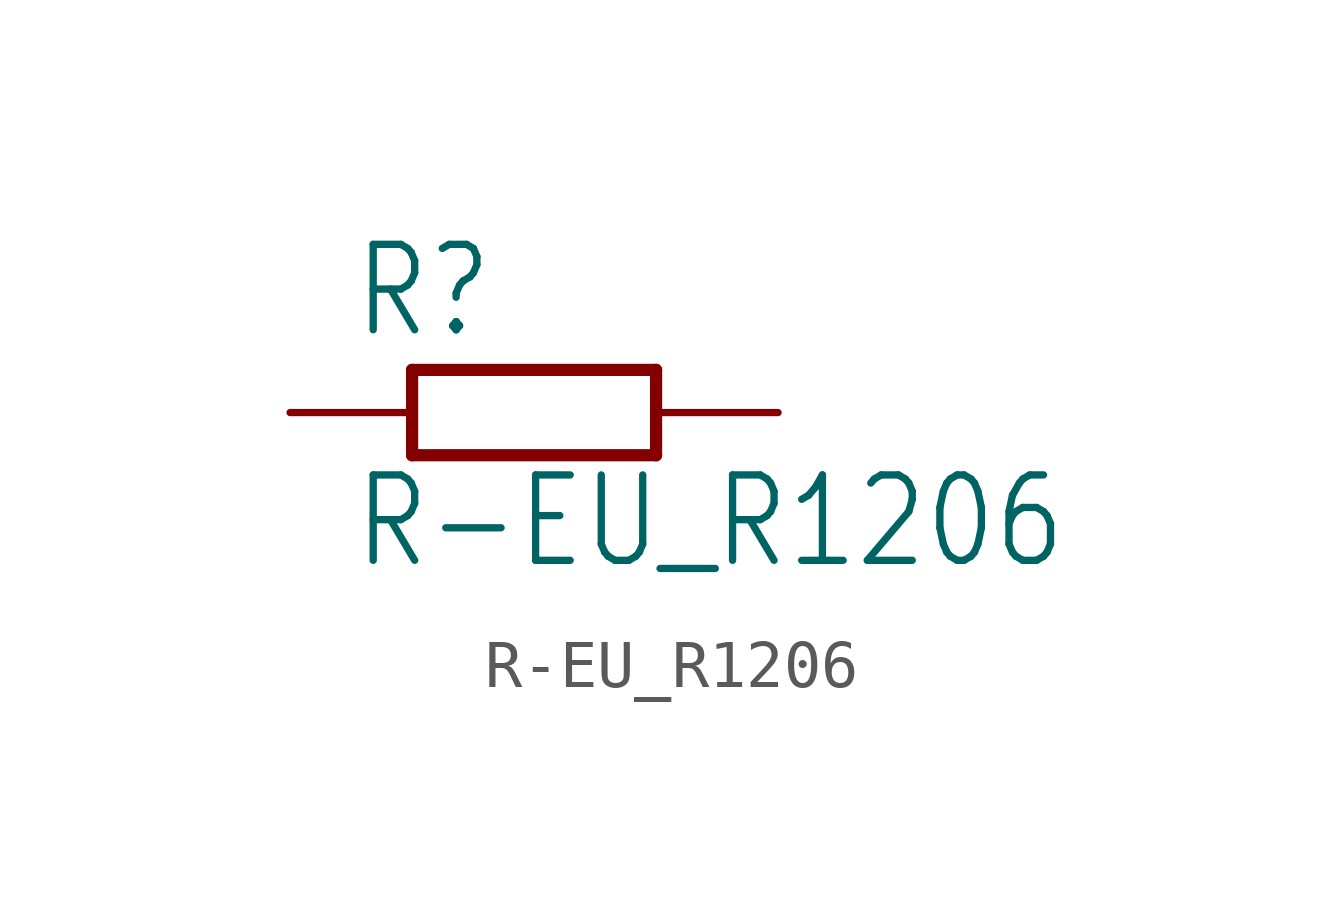
<source format=kicad_sym>
(kicad_symbol_lib
  (version 20211014)
  (generator kicad_symbol_editor)
  (symbol "R-EU_R1206"
    (property "Reference" "R"
      (at -3.81 1.499 0)
      (effects (font (size 1.778 1.511)) (justify left bottom)))
    (property "Value" "R-EU_R1206"
      (at -3.81 -3.302 0)
      (effects (font (size 1.778 1.511)) (justify left bottom)))
    (property "ki_locked" ""
      (at 0 0 0)
      (effects (font (size 1.27 1.27))))
    (symbol "R-EU_R1206_1_0"
      (polyline (pts (xy -2.54 -0.889) (xy -2.54 0.889)) (stroke (width 0.254) (type default) (color 0 0 0 0)) (fill (type none)))
      (polyline (pts (xy -2.54 -0.889) (xy 2.54 -0.889)) (stroke (width 0.254) (type default) (color 0 0 0 0)) (fill (type none)))
      (polyline (pts (xy 2.54 -0.889) (xy 2.54 0.889)) (stroke (width 0.254) (type default) (color 0 0 0 0)) (fill (type none)))
      (polyline (pts (xy 2.54 0.889) (xy -2.54 0.889)) (stroke (width 0.254) (type default) (color 0 0 0 0)) (fill (type none)))
      (pin passive line (at -5.08 0 0) (length 2.54) (name "1" (effects (font (size 0 0)))) (number "1" (effects (font (size 0 0)))))
      (pin passive line (at 5.08 0 180) (length 2.54) (name "2" (effects (font (size 0 0)))) (number "2" (effects (font (size 0 0))))))))
</source>
